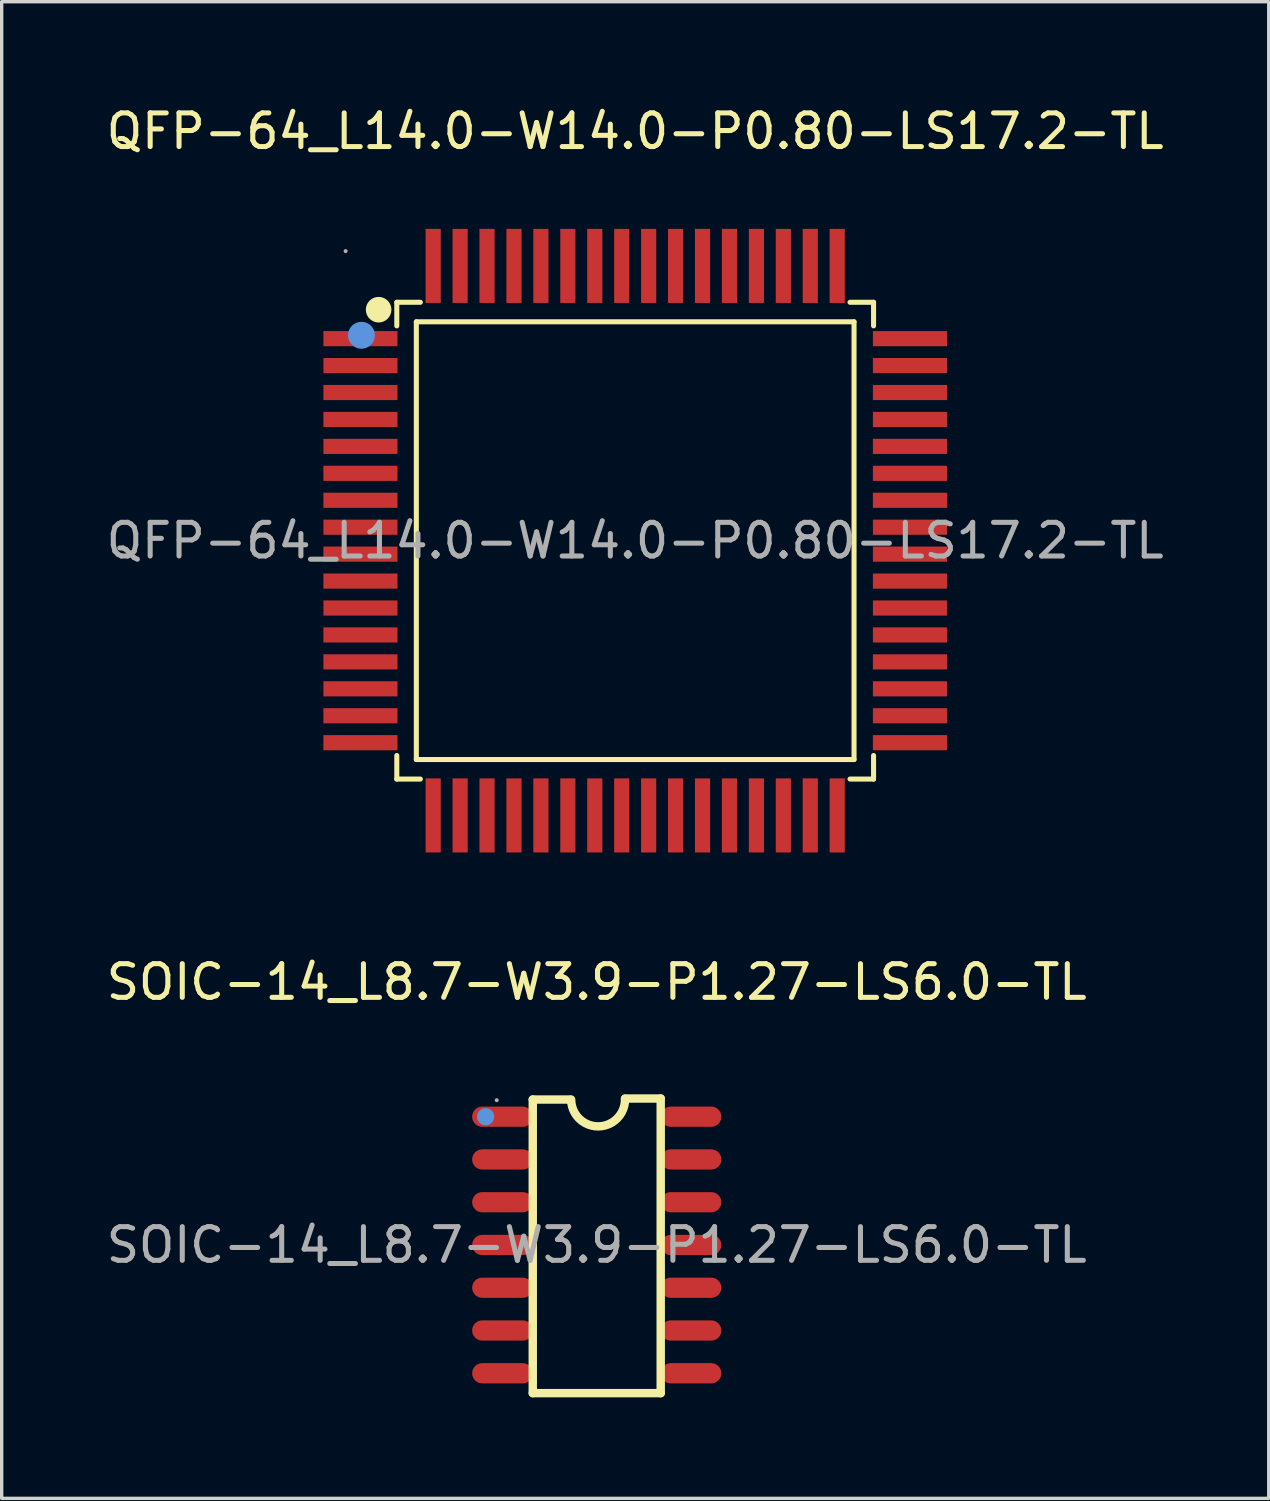
<source format=kicad_pcb>
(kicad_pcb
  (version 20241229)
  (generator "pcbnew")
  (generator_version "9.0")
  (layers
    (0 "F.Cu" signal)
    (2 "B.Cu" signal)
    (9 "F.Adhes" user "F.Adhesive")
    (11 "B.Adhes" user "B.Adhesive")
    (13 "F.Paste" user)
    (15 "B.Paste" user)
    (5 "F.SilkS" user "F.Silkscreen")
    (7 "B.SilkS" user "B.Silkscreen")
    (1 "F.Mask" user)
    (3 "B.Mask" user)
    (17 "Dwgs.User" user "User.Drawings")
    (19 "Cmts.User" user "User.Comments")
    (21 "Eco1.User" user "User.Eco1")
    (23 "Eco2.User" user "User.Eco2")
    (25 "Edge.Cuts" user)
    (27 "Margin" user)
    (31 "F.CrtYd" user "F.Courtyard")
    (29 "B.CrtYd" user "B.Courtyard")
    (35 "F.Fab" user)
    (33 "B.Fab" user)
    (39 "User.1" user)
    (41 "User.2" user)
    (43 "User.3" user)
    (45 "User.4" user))
  (footprint "QFP-64_L14.0-W14.0-P0.80-LS17.2-TL"
    (layer "F.Cu")
    (at 15.815 13.008)
    (property "Reference" "QFP-64_L14.0-W14.0-P0.80-LS17.2-TL" (at 0 -12.16 0) (layer "F.SilkS") (effects (font (size 1 1) (thickness 0.15))))
    (attr through_hole)
    (fp_line (start -7.08 -7.08) (end -6.38 -7.08) (stroke (width 0.15) (type solid)) (layer "F.SilkS"))
    (fp_line (start -7.08 -6.38) (end -7.08 -7.08) (stroke (width 0.15) (type solid)) (layer "F.SilkS"))
    (fp_line (start -7.08 6.38) (end -7.08 7.08) (stroke (width 0.15) (type solid)) (layer "F.SilkS"))
    (fp_line (start -7.08 7.08) (end -6.38 7.08) (stroke (width 0.15) (type solid)) (layer "F.SilkS"))
    (fp_line (start -6.5 -6.5) (end 6.5 -6.5) (stroke (width 0.15) (type solid)) (layer "F.SilkS"))
    (fp_line (start -6.5 6.5) (end -6.5 -6.5) (stroke (width 0.15) (type solid)) (layer "F.SilkS"))
    (fp_line (start 6.5 -6.5) (end 6.5 6.5) (stroke (width 0.15) (type solid)) (layer "F.SilkS"))
    (fp_line (start 6.5 6.5) (end -6.5 6.5) (stroke (width 0.15) (type solid)) (layer "F.SilkS"))
    (fp_line (start 7.08 -7.08) (end 6.38 -7.08) (stroke (width 0.15) (type solid)) (layer "F.SilkS"))
    (fp_line (start 7.08 -6.38) (end 7.08 -7.08) (stroke (width 0.15) (type solid)) (layer "F.SilkS"))
    (fp_line (start 7.08 6.38) (end 7.08 7.08) (stroke (width 0.15) (type solid)) (layer "F.SilkS"))
    (fp_line (start 7.08 7.08) (end 6.38 7.08) (stroke (width 0.15) (type solid)) (layer "F.SilkS"))
    (fp_circle (center -7.62 -6.86) (end -7.43 -6.86) (stroke (width 0.38) (type solid)) (fill no) (layer "F.SilkS"))
    (fp_circle (center -8.13 -6.1) (end -7.93 -6.1) (stroke (width 0.4) (type solid)) (fill no) (layer "Cmts.User"))
    (fp_circle (center -8.6 -8.6) (end -8.57 -8.6) (stroke (width 0.06) (type solid)) (fill no) (layer "F.Fab"))
    (fp_text user "${REFERENCE}" (at 0 0 0) (layer "F.Fab") (effects (font (size 1 1) (thickness 0.15))))
    (pad "1" smd rect (at -8.16 -6) (size 2.2 0.45) (layers "F.Cu" "F.Mask" "F.Paste"))
    (pad "2" smd rect (at -8.16 -5.2) (size 2.2 0.45) (layers "F.Cu" "F.Mask" "F.Paste"))
    (pad "3" smd rect (at -8.16 -4.4) (size 2.2 0.45) (layers "F.Cu" "F.Mask" "F.Paste"))
    (pad "4" smd rect (at -8.16 -3.6) (size 2.2 0.45) (layers "F.Cu" "F.Mask" "F.Paste"))
    (pad "5" smd rect (at -8.16 -2.8) (size 2.2 0.45) (layers "F.Cu" "F.Mask" "F.Paste"))
    (pad "6" smd rect (at -8.16 -2) (size 2.2 0.45) (layers "F.Cu" "F.Mask" "F.Paste"))
    (pad "7" smd rect (at -8.16 -1.2) (size 2.2 0.45) (layers "F.Cu" "F.Mask" "F.Paste"))
    (pad "8" smd rect (at -8.16 -0.4) (size 2.2 0.45) (layers "F.Cu" "F.Mask" "F.Paste"))
    (pad "9" smd rect (at -8.16 0.4) (size 2.2 0.45) (layers "F.Cu" "F.Mask" "F.Paste"))
    (pad "10" smd rect (at -8.16 1.2) (size 2.2 0.45) (layers "F.Cu" "F.Mask" "F.Paste"))
    (pad "11" smd rect (at -8.16 2) (size 2.2 0.45) (layers "F.Cu" "F.Mask" "F.Paste"))
    (pad "12" smd rect (at -8.16 2.8) (size 2.2 0.45) (layers "F.Cu" "F.Mask" "F.Paste"))
    (pad "13" smd rect (at -8.16 3.6) (size 2.2 0.45) (layers "F.Cu" "F.Mask" "F.Paste"))
    (pad "14" smd rect (at -8.16 4.4) (size 2.2 0.45) (layers "F.Cu" "F.Mask" "F.Paste"))
    (pad "15" smd rect (at -8.16 5.2) (size 2.2 0.45) (layers "F.Cu" "F.Mask" "F.Paste"))
    (pad "16" smd rect (at -8.16 6) (size 2.2 0.45) (layers "F.Cu" "F.Mask" "F.Paste"))
    (pad "17" smd rect (at -6 8.16) (size 0.45 2.2) (layers "F.Cu" "F.Mask" "F.Paste"))
    (pad "18" smd rect (at -5.2 8.16) (size 0.45 2.2) (layers "F.Cu" "F.Mask" "F.Paste"))
    (pad "19" smd rect (at -4.4 8.16) (size 0.45 2.2) (layers "F.Cu" "F.Mask" "F.Paste"))
    (pad "20" smd rect (at -3.6 8.16) (size 0.45 2.2) (layers "F.Cu" "F.Mask" "F.Paste"))
    (pad "21" smd rect (at -2.8 8.16) (size 0.45 2.2) (layers "F.Cu" "F.Mask" "F.Paste"))
    (pad "22" smd rect (at -2 8.16) (size 0.45 2.2) (layers "F.Cu" "F.Mask" "F.Paste"))
    (pad "23" smd rect (at -1.2 8.16) (size 0.45 2.2) (layers "F.Cu" "F.Mask" "F.Paste"))
    (pad "24" smd rect (at -0.4 8.16) (size 0.45 2.2) (layers "F.Cu" "F.Mask" "F.Paste"))
    (pad "25" smd rect (at 0.4 8.16) (size 0.45 2.2) (layers "F.Cu" "F.Mask" "F.Paste"))
    (pad "26" smd rect (at 1.2 8.16) (size 0.45 2.2) (layers "F.Cu" "F.Mask" "F.Paste"))
    (pad "27" smd rect (at 2 8.16) (size 0.45 2.2) (layers "F.Cu" "F.Mask" "F.Paste"))
    (pad "28" smd rect (at 2.8 8.16) (size 0.45 2.2) (layers "F.Cu" "F.Mask" "F.Paste"))
    (pad "29" smd rect (at 3.6 8.16) (size 0.45 2.2) (layers "F.Cu" "F.Mask" "F.Paste"))
    (pad "30" smd rect (at 4.4 8.16) (size 0.45 2.2) (layers "F.Cu" "F.Mask" "F.Paste"))
    (pad "31" smd rect (at 5.2 8.16) (size 0.45 2.2) (layers "F.Cu" "F.Mask" "F.Paste"))
    (pad "32" smd rect (at 6 8.16) (size 0.45 2.2) (layers "F.Cu" "F.Mask" "F.Paste"))
    (pad "33" smd rect (at 8.16 6) (size 2.2 0.45) (layers "F.Cu" "F.Mask" "F.Paste"))
    (pad "34" smd rect (at 8.16 5.2) (size 2.2 0.45) (layers "F.Cu" "F.Mask" "F.Paste"))
    (pad "35" smd rect (at 8.16 4.4) (size 2.2 0.45) (layers "F.Cu" "F.Mask" "F.Paste"))
    (pad "36" smd rect (at 8.16 3.6) (size 2.2 0.45) (layers "F.Cu" "F.Mask" "F.Paste"))
    (pad "37" smd rect (at 8.16 2.8) (size 2.2 0.45) (layers "F.Cu" "F.Mask" "F.Paste"))
    (pad "38" smd rect (at 8.16 2) (size 2.2 0.45) (layers "F.Cu" "F.Mask" "F.Paste"))
    (pad "39" smd rect (at 8.16 1.2) (size 2.2 0.45) (layers "F.Cu" "F.Mask" "F.Paste"))
    (pad "40" smd rect (at 8.16 0.4) (size 2.2 0.45) (layers "F.Cu" "F.Mask" "F.Paste"))
    (pad "41" smd rect (at 8.16 -0.4) (size 2.2 0.45) (layers "F.Cu" "F.Mask" "F.Paste"))
    (pad "42" smd rect (at 8.16 -1.2) (size 2.2 0.45) (layers "F.Cu" "F.Mask" "F.Paste"))
    (pad "43" smd rect (at 8.16 -2) (size 2.2 0.45) (layers "F.Cu" "F.Mask" "F.Paste"))
    (pad "44" smd rect (at 8.16 -2.8) (size 2.2 0.45) (layers "F.Cu" "F.Mask" "F.Paste"))
    (pad "45" smd rect (at 8.16 -3.6) (size 2.2 0.45) (layers "F.Cu" "F.Mask" "F.Paste"))
    (pad "46" smd rect (at 8.16 -4.4) (size 2.2 0.45) (layers "F.Cu" "F.Mask" "F.Paste"))
    (pad "47" smd rect (at 8.16 -5.2) (size 2.2 0.45) (layers "F.Cu" "F.Mask" "F.Paste"))
    (pad "48" smd rect (at 8.16 -6) (size 2.2 0.45) (layers "F.Cu" "F.Mask" "F.Paste"))
    (pad "49" smd rect (at 6 -8.16) (size 0.45 2.2) (layers "F.Cu" "F.Mask" "F.Paste"))
    (pad "50" smd rect (at 5.2 -8.16) (size 0.45 2.2) (layers "F.Cu" "F.Mask" "F.Paste"))
    (pad "51" smd rect (at 4.4 -8.16) (size 0.45 2.2) (layers "F.Cu" "F.Mask" "F.Paste"))
    (pad "52" smd rect (at 3.6 -8.16) (size 0.45 2.2) (layers "F.Cu" "F.Mask" "F.Paste"))
    (pad "53" smd rect (at 2.8 -8.16) (size 0.45 2.2) (layers "F.Cu" "F.Mask" "F.Paste"))
    (pad "54" smd rect (at 2 -8.16) (size 0.45 2.2) (layers "F.Cu" "F.Mask" "F.Paste"))
    (pad "55" smd rect (at 1.2 -8.16) (size 0.45 2.2) (layers "F.Cu" "F.Mask" "F.Paste"))
    (pad "56" smd rect (at 0.4 -8.16) (size 0.45 2.2) (layers "F.Cu" "F.Mask" "F.Paste"))
    (pad "57" smd rect (at -0.4 -8.16) (size 0.45 2.2) (layers "F.Cu" "F.Mask" "F.Paste"))
    (pad "58" smd rect (at -1.2 -8.16) (size 0.45 2.2) (layers "F.Cu" "F.Mask" "F.Paste"))
    (pad "59" smd rect (at -2 -8.16) (size 0.45 2.2) (layers "F.Cu" "F.Mask" "F.Paste"))
    (pad "60" smd rect (at -2.8 -8.16) (size 0.45 2.2) (layers "F.Cu" "F.Mask" "F.Paste"))
    (pad "61" smd rect (at -3.6 -8.16) (size 0.45 2.2) (layers "F.Cu" "F.Mask" "F.Paste"))
    (pad "62" smd rect (at -4.4 -8.16) (size 0.45 2.2) (layers "F.Cu" "F.Mask" "F.Paste"))
    (pad "63" smd rect (at -5.2 -8.16) (size 0.45 2.2) (layers "F.Cu" "F.Mask" "F.Paste"))
    (pad "64" smd rect (at -6 -8.16) (size 0.45 2.2) (layers "F.Cu" "F.Mask" "F.Paste")))
  (footprint "SOIC-14_L8.7-W3.9-P1.27-LS6.0-TL"
    (layer "F.Cu")
    (at 14.673 33.926)
    (property "Reference" "SOIC-14_L8.7-W3.9-P1.27-LS6.0-TL" (at 0 -7.81 0) (layer "F.SilkS") (effects (font (size 1 1) (thickness 0.15))))
    (attr through_hole)
    (fp_line (start -1.9 -4.32) (end -0.81 -4.32) (stroke (width 0.25) (type solid)) (layer "F.SilkS"))
    (fp_line (start -1.9 4.4) (end -1.9 -4.32) (stroke (width 0.25) (type solid)) (layer "F.SilkS"))
    (fp_line (start 0.84 -4.35) (end 1.9 -4.35) (stroke (width 0.25) (type solid)) (layer "F.SilkS"))
    (fp_line (start 1.9 -4.35) (end 1.9 4.4) (stroke (width 0.25) (type solid)) (layer "F.SilkS"))
    (fp_line (start 1.9 4.4) (end -1.9 4.4) (stroke (width 0.25) (type solid)) (layer "F.SilkS"))
    (fp_arc (start 0.84 -4.34) (mid 0.05 -3.53) (end -0.76 -4.32) (stroke (width 0.25) (type solid)) (layer "F.SilkS"))
    (fp_circle (center -3.3 -3.81) (end -3.17 -3.81) (stroke (width 0.25) (type solid)) (fill no) (layer "Cmts.User"))
    (fp_circle (center -2.97 -4.3) (end -2.94 -4.3) (stroke (width 0.06) (type solid)) (fill no) (layer "F.Fab"))
    (fp_text user "${REFERENCE}" (at 0 0 0) (layer "F.Fab") (effects (font (size 1 1) (thickness 0.15))))
    (pad "1" smd oval (at -2.8 -3.81) (size 1.8 0.6) (layers "F.Cu" "F.Mask" "F.Paste"))
    (pad "2" smd oval (at -2.8 -2.54) (size 1.8 0.6) (layers "F.Cu" "F.Mask" "F.Paste"))
    (pad "3" smd oval (at -2.8 -1.27) (size 1.8 0.6) (layers "F.Cu" "F.Mask" "F.Paste"))
    (pad "4" smd oval (at -2.8 0) (size 1.8 0.6) (layers "F.Cu" "F.Mask" "F.Paste"))
    (pad "5" smd oval (at -2.8 1.27) (size 1.8 0.6) (layers "F.Cu" "F.Mask" "F.Paste"))
    (pad "6" smd oval (at -2.8 2.54) (size 1.8 0.6) (layers "F.Cu" "F.Mask" "F.Paste"))
    (pad "7" smd oval (at -2.8 3.81) (size 1.8 0.6) (layers "F.Cu" "F.Mask" "F.Paste"))
    (pad "8" smd oval (at 2.8 3.81) (size 1.8 0.6) (layers "F.Cu" "F.Mask" "F.Paste"))
    (pad "9" smd oval (at 2.8 2.54) (size 1.8 0.6) (layers "F.Cu" "F.Mask" "F.Paste"))
    (pad "10" smd oval (at 2.8 1.27) (size 1.8 0.6) (layers "F.Cu" "F.Mask" "F.Paste"))
    (pad "11" smd oval (at 2.8 0) (size 1.8 0.6) (layers "F.Cu" "F.Mask" "F.Paste"))
    (pad "12" smd oval (at 2.8 -1.27) (size 1.8 0.6) (layers "F.Cu" "F.Mask" "F.Paste"))
    (pad "13" smd oval (at 2.8 -2.54) (size 1.8 0.6) (layers "F.Cu" "F.Mask" "F.Paste"))
    (pad "14" smd oval (at 2.8 -3.81) (size 1.8 0.6) (layers "F.Cu" "F.Mask" "F.Paste")))
  (gr_rect
    (start -3 -3)
    (end 34.631 41.452)
    (stroke (width 0.1) (type default))
    (fill no)
    (layer "Edge.Cuts")))
</source>
